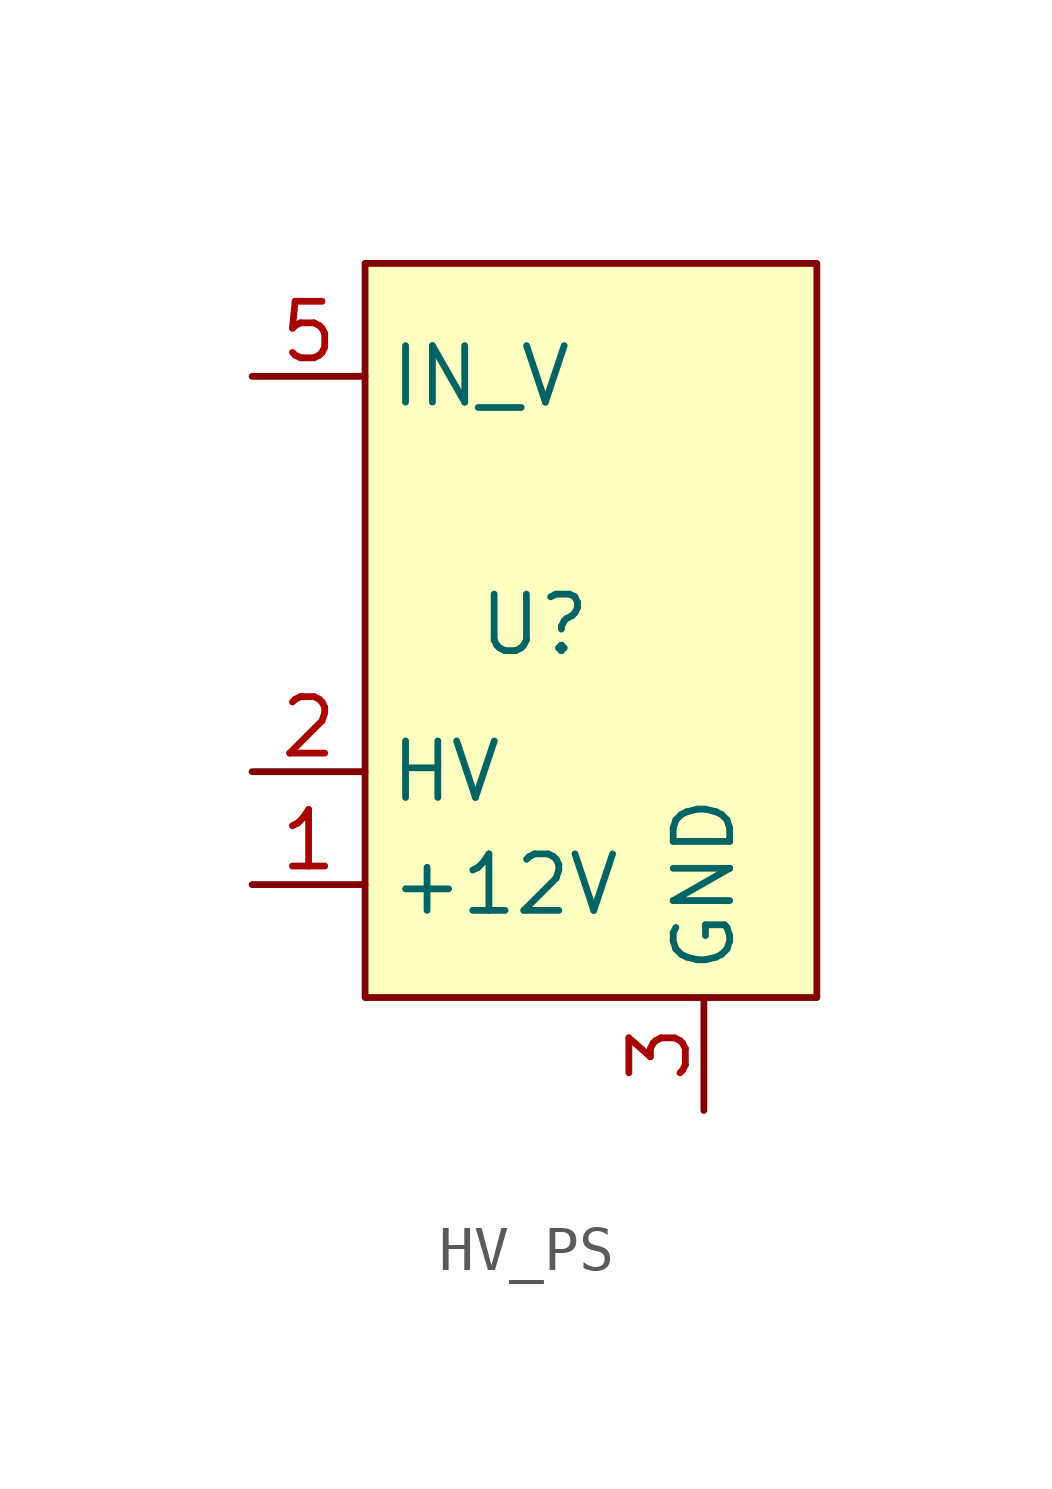
<source format=kicad_sym>
(kicad_symbol_lib
  (version 20241209)
  (generator "kicad_symbol_editor")
  (generator_version "9.0")
  (symbol "HV_PS"
    (property "Reference" "U"
      (at 2.54 0.762 0)
      (effects (font (size 1.27 1.27))))
    (property "Value" ""
      (at 0 0 0)
      (effects (font (size 1.27 1.27))))
    (symbol "HV_PS_1_1"
      (rectangle (start -1.27 8.89) (end 8.89 -7.62) (stroke (width 0) (type solid)) (fill (type background)))
      (pin input line (at -3.81 6.35 0) (length 2.54) (name "IN_V" (effects (font (size 1.27 1.27)))) (number "5" (effects (font (size 1.27 1.27)))))
      (pin input line (at -3.81 -2.54 0) (length 2.54) (name "HV" (effects (font (size 1.27 1.27)))) (number "2" (effects (font (size 1.27 1.27)))))
      (pin input line (at -3.81 -5.08 0) (length 2.54) (name "+12V" (effects (font (size 1.27 1.27)))) (number "1" (effects (font (size 1.27 1.27)))))
      (pin input line (at 6.35 -10.16 90) (length 2.54) (name "GND" (effects (font (size 1.27 1.27)))) (number "3" (effects (font (size 1.27 1.27))))))))
</source>
